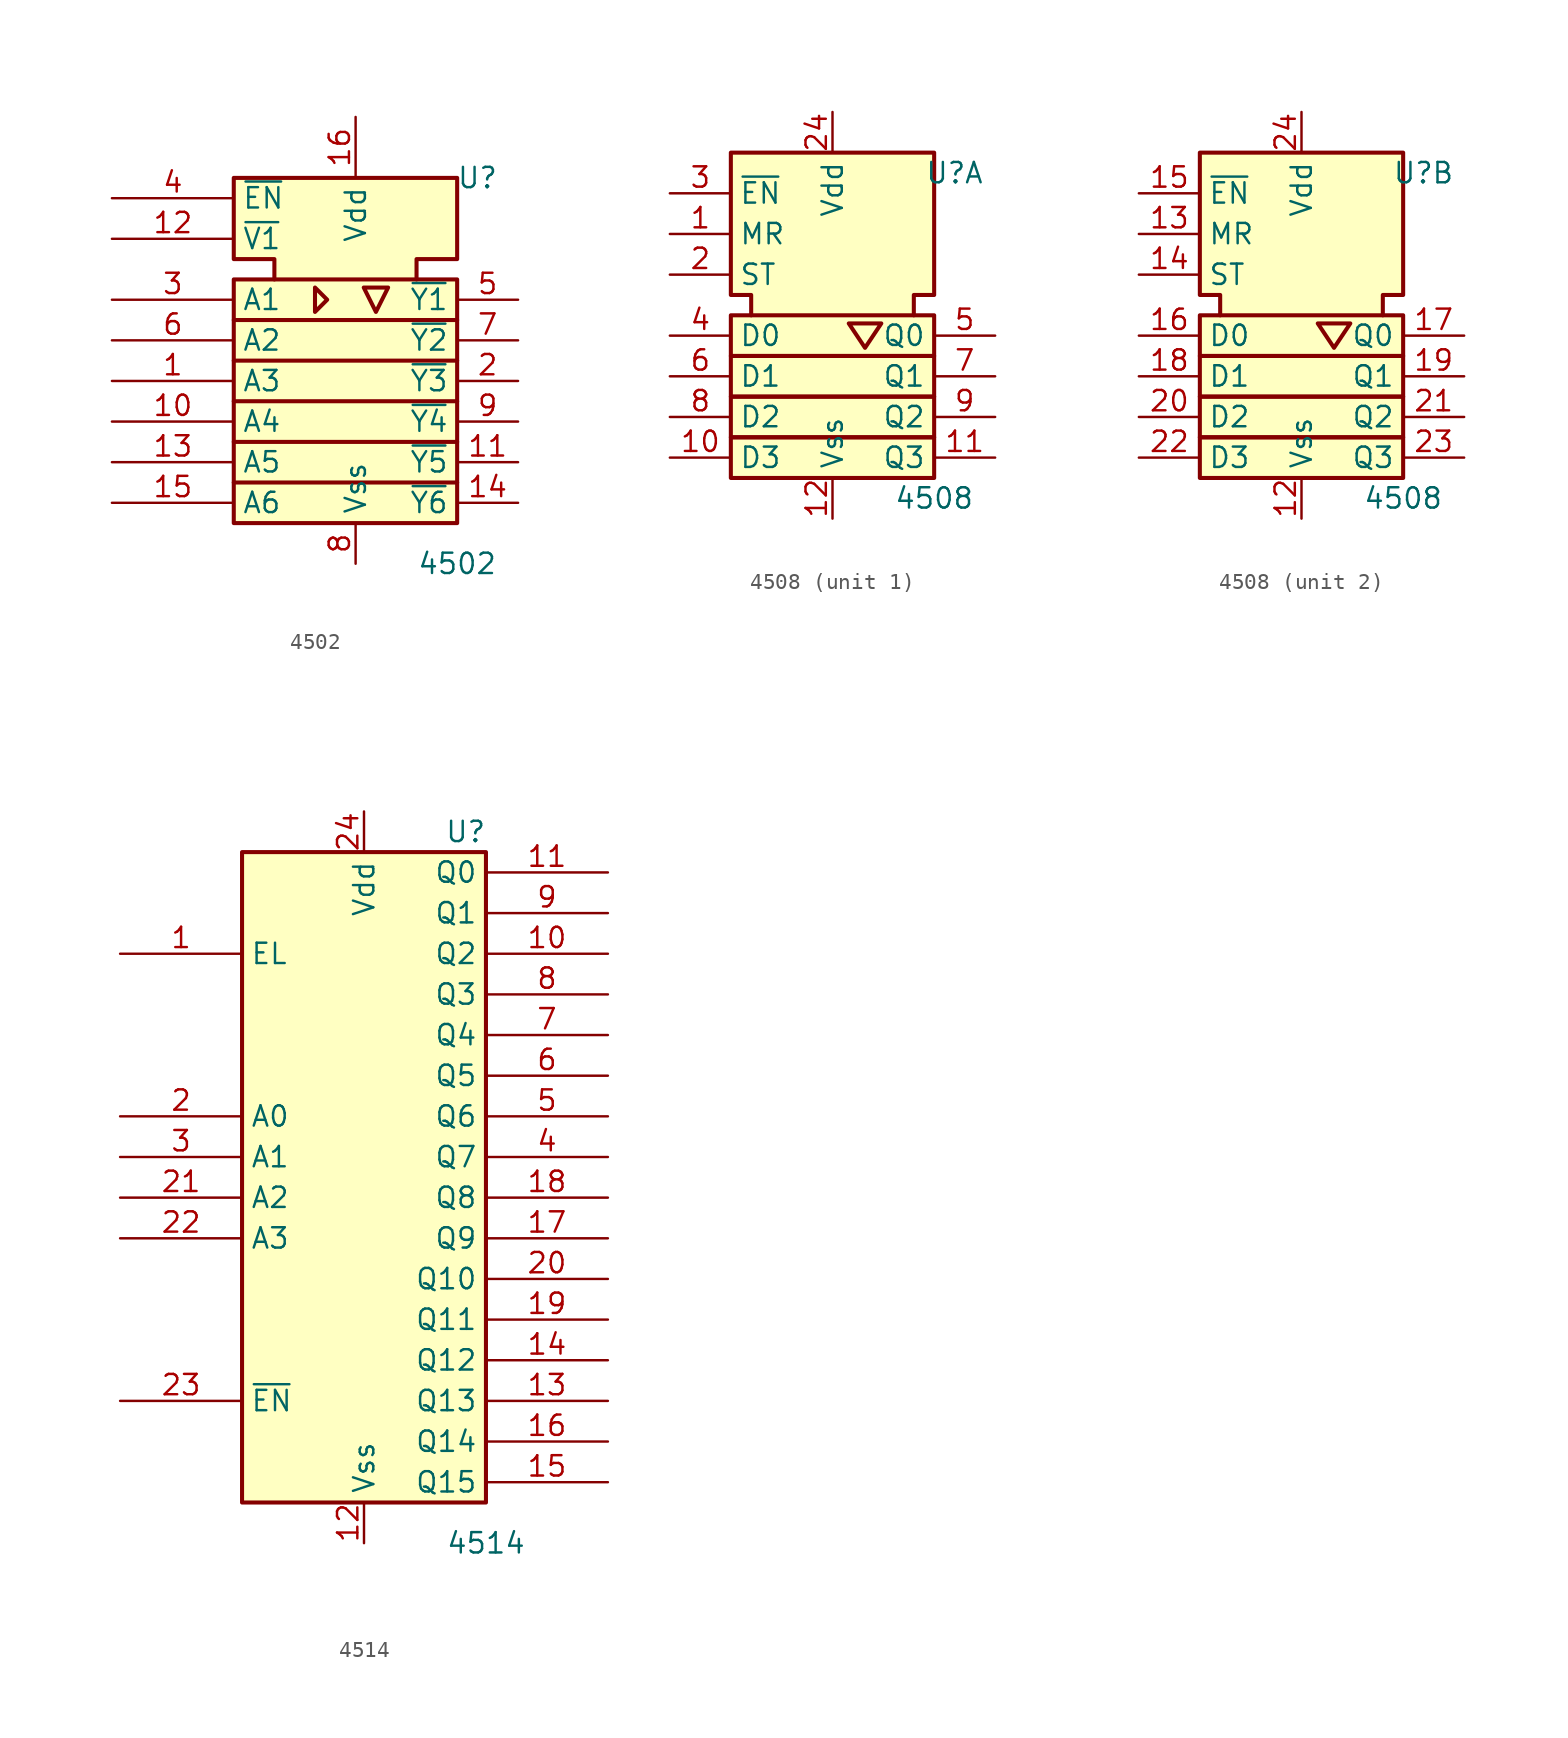
<source format=kicad_sym>
(kicad_symbol_lib
  (version 20220914)
  (generator kicad_symbol_editor)
  (symbol "4502"
    (property "Reference" "U"
      (at 7.62 13.97 0)
      (effects (font (size 1.27 1.27))))
    (property "Value" "4502"
      (at 6.35 -10.16 0)
      (effects (font (size 1.27 1.27))))
    (symbol "4502_0_0"
      (polyline (pts (xy -7.62 -5.08) (xy 6.35 -5.08) (xy 6.35 -5.08)) (stroke (width 0.254) (type default)) (fill (type background)))
      (polyline (pts (xy -7.62 0) (xy 6.35 0) (xy 6.35 0)) (stroke (width 0.254) (type default)) (fill (type background)))
      (polyline (pts (xy -7.62 5.08) (xy 6.35 5.08) (xy 6.35 5.08)) (stroke (width 0.254) (type default)) (fill (type background)))
      (polyline (pts (xy -5.08 7.62) (xy 3.81 7.62) (xy 3.81 7.62)) (stroke (width 0.254) (type default)) (fill (type background)))
      (polyline (pts (xy 6.35 -2.54) (xy -7.62 -2.54) (xy -7.62 -2.54)) (stroke (width 0.254) (type default)) (fill (type background)))
      (polyline (pts (xy 6.35 2.54) (xy -7.62 2.54) (xy -7.62 2.54)) (stroke (width 0.254) (type default)) (fill (type background)))
      (polyline (pts (xy -2.54 7.112) (xy -2.54 5.588) (xy -1.778 6.35) (xy -2.54 7.112) (xy -2.54 7.112)) (stroke (width 0.254) (type default)) (fill (type background)))
      (polyline (pts (xy 0.508 7.112) (xy 2.032 7.112) (xy 1.27 5.588) (xy 0.508 7.112) (xy 0.508 7.112)) (stroke (width 0.254) (type default)) (fill (type background)))
      (polyline (pts (xy -7.62 13.97) (xy -7.62 8.89) (xy -5.08 8.89) (xy -5.08 7.62) (xy -7.62 7.62) (xy -7.62 -7.62) (xy 6.35 -7.62) (xy 6.35 7.62) (xy 3.81 7.62) (xy 3.81 8.89) (xy 6.35 8.89) (xy 6.35 13.97) (xy -7.62 13.97) (xy -7.62 13.97)) (stroke (width 0.254) (type default)) (fill (type background)))
      (pin power_in line (at 0 17.78 270) (length 3.81) (name "Vdd" (effects (font (size 1.27 1.27)))) (number "16" (effects (font (size 1.27 1.27)))))
      (pin power_in line (at 0 -10.16 90) (length 2.54) (name "Vss" (effects (font (size 1.27 1.27)))) (number "8" (effects (font (size 1.27 1.27))))))
    (symbol "4502_1_1"
      (pin input line (at -15.24 1.27 0) (length 7.62) (name "A3" (effects (font (size 1.27 1.27)))) (number "1" (effects (font (size 1.27 1.27)))))
      (pin input line (at -15.24 -1.27 0) (length 7.62) (name "A4" (effects (font (size 1.27 1.27)))) (number "10" (effects (font (size 1.27 1.27)))))
      (pin output line (at 10.16 -3.81 180) (length 3.81) (name "~{Y5}" (effects (font (size 1.27 1.27)))) (number "11" (effects (font (size 1.27 1.27)))))
      (pin input line (at -15.24 10.16 0) (length 7.62) (name "~{V1}" (effects (font (size 1.27 1.27)))) (number "12" (effects (font (size 1.27 1.27)))))
      (pin input line (at -15.24 -3.81 0) (length 7.62) (name "A5" (effects (font (size 1.27 1.27)))) (number "13" (effects (font (size 1.27 1.27)))))
      (pin output line (at 10.16 -6.35 180) (length 3.81) (name "~{Y6}" (effects (font (size 1.27 1.27)))) (number "14" (effects (font (size 1.27 1.27)))))
      (pin input line (at -15.24 -6.35 0) (length 7.62) (name "A6" (effects (font (size 1.27 1.27)))) (number "15" (effects (font (size 1.27 1.27)))))
      (pin output line (at 10.16 1.27 180) (length 3.81) (name "~{Y3}" (effects (font (size 1.27 1.27)))) (number "2" (effects (font (size 1.27 1.27)))))
      (pin input line (at -15.24 6.35 0) (length 7.62) (name "A1" (effects (font (size 1.27 1.27)))) (number "3" (effects (font (size 1.27 1.27)))))
      (pin input line (at -15.24 12.7 0) (length 7.62) (name "~{EN}" (effects (font (size 1.27 1.27)))) (number "4" (effects (font (size 1.27 1.27)))))
      (pin output line (at 10.16 6.35 180) (length 3.81) (name "~{Y1}" (effects (font (size 1.27 1.27)))) (number "5" (effects (font (size 1.27 1.27)))))
      (pin input line (at -15.24 3.81 0) (length 7.62) (name "A2" (effects (font (size 1.27 1.27)))) (number "6" (effects (font (size 1.27 1.27)))))
      (pin output line (at 10.16 3.81 180) (length 3.81) (name "~{Y2}" (effects (font (size 1.27 1.27)))) (number "7" (effects (font (size 1.27 1.27)))))
      (pin output line (at 10.16 -1.27 180) (length 3.81) (name "~{Y4}" (effects (font (size 1.27 1.27)))) (number "9" (effects (font (size 1.27 1.27)))))))
  (symbol "4508"
    (property "Reference" "U"
      (at 7.62 8.89 0)
      (effects (font (size 1.27 1.27))))
    (property "Value" "4508"
      (at 6.35 -11.43 0)
      (effects (font (size 1.27 1.27))))
    (symbol "4508_0_1"
      (rectangle (start -6.35 -7.62) (end 6.35 -10.16) (stroke (width 0.254) (type default)) (fill (type background)))
      (rectangle (start -6.35 -5.08) (end 6.35 -7.62) (stroke (width 0.254) (type default)) (fill (type background)))
      (rectangle (start -6.35 -2.54) (end 6.35 -5.08) (stroke (width 0.254) (type default)) (fill (type background)))
      (rectangle (start -6.35 0) (end 6.35 -2.54) (stroke (width 0.254) (type default)) (fill (type background)))
      (polyline (pts (xy 1.016 -0.508) (xy 2.032 -2.032) (xy 3.048 -0.508) (xy 1.016 -0.508) (xy 1.016 -0.508)) (stroke (width 0.254) (type default)) (fill (type background)))
      (polyline (pts (xy -5.08 0) (xy -5.08 1.27) (xy -6.35 1.27) (xy -6.35 10.16) (xy 6.35 10.16) (xy 6.35 1.27) (xy 5.08 1.27) (xy 5.08 0) (xy 5.08 0)) (stroke (width 0.254) (type default)) (fill (type background)))
      (pin power_in line (at 0 -12.7 90) (length 2.54) (name "Vss" (effects (font (size 1.27 1.27)))) (number "12" (effects (font (size 1.27 1.27)))))
      (pin power_in line (at 0 12.7 270) (length 2.54) (name "Vdd" (effects (font (size 1.27 1.27)))) (number "24" (effects (font (size 1.27 1.27))))))
    (symbol "4508_1_1"
      (pin input line (at -10.16 5.08 0) (length 3.81) (name "MR" (effects (font (size 1.27 1.27)))) (number "1" (effects (font (size 1.27 1.27)))))
      (pin input line (at -10.16 -8.89 0) (length 3.81) (name "D3" (effects (font (size 1.27 1.27)))) (number "10" (effects (font (size 1.27 1.27)))))
      (pin output line (at 10.16 -8.89 180) (length 3.81) (name "Q3" (effects (font (size 1.27 1.27)))) (number "11" (effects (font (size 1.27 1.27)))))
      (pin input line (at -10.16 2.54 0) (length 3.81) (name "ST" (effects (font (size 1.27 1.27)))) (number "2" (effects (font (size 1.27 1.27)))))
      (pin input line (at -10.16 7.62 0) (length 3.81) (name "~{EN}" (effects (font (size 1.27 1.27)))) (number "3" (effects (font (size 1.27 1.27)))))
      (pin input line (at -10.16 -1.27 0) (length 3.81) (name "D0" (effects (font (size 1.27 1.27)))) (number "4" (effects (font (size 1.27 1.27)))))
      (pin output line (at 10.16 -1.27 180) (length 3.81) (name "Q0" (effects (font (size 1.27 1.27)))) (number "5" (effects (font (size 1.27 1.27)))))
      (pin input line (at -10.16 -3.81 0) (length 3.81) (name "D1" (effects (font (size 1.27 1.27)))) (number "6" (effects (font (size 1.27 1.27)))))
      (pin output line (at 10.16 -3.81 180) (length 3.81) (name "Q1" (effects (font (size 1.27 1.27)))) (number "7" (effects (font (size 1.27 1.27)))))
      (pin input line (at -10.16 -6.35 0) (length 3.81) (name "D2" (effects (font (size 1.27 1.27)))) (number "8" (effects (font (size 1.27 1.27)))))
      (pin output line (at 10.16 -6.35 180) (length 3.81) (name "Q2" (effects (font (size 1.27 1.27)))) (number "9" (effects (font (size 1.27 1.27))))))
    (symbol "4508_2_1"
      (pin input line (at -10.16 5.08 0) (length 3.81) (name "MR" (effects (font (size 1.27 1.27)))) (number "13" (effects (font (size 1.27 1.27)))))
      (pin input line (at -10.16 2.54 0) (length 3.81) (name "ST" (effects (font (size 1.27 1.27)))) (number "14" (effects (font (size 1.27 1.27)))))
      (pin input line (at -10.16 7.62 0) (length 3.81) (name "~{EN}" (effects (font (size 1.27 1.27)))) (number "15" (effects (font (size 1.27 1.27)))))
      (pin input line (at -10.16 -1.27 0) (length 3.81) (name "D0" (effects (font (size 1.27 1.27)))) (number "16" (effects (font (size 1.27 1.27)))))
      (pin output line (at 10.16 -1.27 180) (length 3.81) (name "Q0" (effects (font (size 1.27 1.27)))) (number "17" (effects (font (size 1.27 1.27)))))
      (pin input line (at -10.16 -3.81 0) (length 3.81) (name "D1" (effects (font (size 1.27 1.27)))) (number "18" (effects (font (size 1.27 1.27)))))
      (pin output line (at 10.16 -3.81 180) (length 3.81) (name "Q1" (effects (font (size 1.27 1.27)))) (number "19" (effects (font (size 1.27 1.27)))))
      (pin input line (at -10.16 -6.35 0) (length 3.81) (name "D2" (effects (font (size 1.27 1.27)))) (number "20" (effects (font (size 1.27 1.27)))))
      (pin output line (at 10.16 -6.35 180) (length 3.81) (name "Q2" (effects (font (size 1.27 1.27)))) (number "21" (effects (font (size 1.27 1.27)))))
      (pin input line (at -10.16 -8.89 0) (length 3.81) (name "D3" (effects (font (size 1.27 1.27)))) (number "22" (effects (font (size 1.27 1.27)))))
      (pin output line (at 10.16 -8.89 180) (length 3.81) (name "Q3" (effects (font (size 1.27 1.27)))) (number "23" (effects (font (size 1.27 1.27)))))))
  (symbol "4514"
    (property "Reference" "U"
      (at 6.35 21.59 0)
      (effects (font (size 1.27 1.27))))
    (property "Value" "4514"
      (at 7.62 -22.86 0)
      (effects (font (size 1.27 1.27))))
    (symbol "4514_0_1"
      (rectangle (start 7.62 20.32) (end -7.62 -20.32) (stroke (width 0.254) (type default)) (fill (type background))))
    (symbol "4514_1_1"
      (pin input line (at -15.24 13.97 0) (length 7.62) (name "EL" (effects (font (size 1.27 1.27)))) (number "1" (effects (font (size 1.27 1.27)))))
      (pin output line (at 15.24 13.97 180) (length 7.62) (name "Q2" (effects (font (size 1.27 1.27)))) (number "10" (effects (font (size 1.27 1.27)))))
      (pin output line (at 15.24 19.05 180) (length 7.62) (name "Q0" (effects (font (size 1.27 1.27)))) (number "11" (effects (font (size 1.27 1.27)))))
      (pin power_in line (at 0 -22.86 90) (length 2.54) (name "Vss" (effects (font (size 1.27 1.27)))) (number "12" (effects (font (size 1.27 1.27)))))
      (pin output line (at 15.24 -13.97 180) (length 7.62) (name "Q13" (effects (font (size 1.27 1.27)))) (number "13" (effects (font (size 1.27 1.27)))))
      (pin output line (at 15.24 -11.43 180) (length 7.62) (name "Q12" (effects (font (size 1.27 1.27)))) (number "14" (effects (font (size 1.27 1.27)))))
      (pin output line (at 15.24 -19.05 180) (length 7.62) (name "Q15" (effects (font (size 1.27 1.27)))) (number "15" (effects (font (size 1.27 1.27)))))
      (pin output line (at 15.24 -16.51 180) (length 7.62) (name "Q14" (effects (font (size 1.27 1.27)))) (number "16" (effects (font (size 1.27 1.27)))))
      (pin output line (at 15.24 -3.81 180) (length 7.62) (name "Q9" (effects (font (size 1.27 1.27)))) (number "17" (effects (font (size 1.27 1.27)))))
      (pin output line (at 15.24 -1.27 180) (length 7.62) (name "Q8" (effects (font (size 1.27 1.27)))) (number "18" (effects (font (size 1.27 1.27)))))
      (pin output line (at 15.24 -8.89 180) (length 7.62) (name "Q11" (effects (font (size 1.27 1.27)))) (number "19" (effects (font (size 1.27 1.27)))))
      (pin input line (at -15.24 3.81 0) (length 7.62) (name "A0" (effects (font (size 1.27 1.27)))) (number "2" (effects (font (size 1.27 1.27)))))
      (pin output line (at 15.24 -6.35 180) (length 7.62) (name "Q10" (effects (font (size 1.27 1.27)))) (number "20" (effects (font (size 1.27 1.27)))))
      (pin input line (at -15.24 -1.27 0) (length 7.62) (name "A2" (effects (font (size 1.27 1.27)))) (number "21" (effects (font (size 1.27 1.27)))))
      (pin input line (at -15.24 -3.81 0) (length 7.62) (name "A3" (effects (font (size 1.27 1.27)))) (number "22" (effects (font (size 1.27 1.27)))))
      (pin input line (at -15.24 -13.97 0) (length 7.62) (name "~{EN}" (effects (font (size 1.27 1.27)))) (number "23" (effects (font (size 1.27 1.27)))))
      (pin power_in line (at 0 22.86 270) (length 2.54) (name "Vdd" (effects (font (size 1.27 1.27)))) (number "24" (effects (font (size 1.27 1.27)))))
      (pin input line (at -15.24 1.27 0) (length 7.62) (name "A1" (effects (font (size 1.27 1.27)))) (number "3" (effects (font (size 1.27 1.27)))))
      (pin output line (at 15.24 1.27 180) (length 7.62) (name "Q7" (effects (font (size 1.27 1.27)))) (number "4" (effects (font (size 1.27 1.27)))))
      (pin output line (at 15.24 3.81 180) (length 7.62) (name "Q6" (effects (font (size 1.27 1.27)))) (number "5" (effects (font (size 1.27 1.27)))))
      (pin output line (at 15.24 6.35 180) (length 7.62) (name "Q5" (effects (font (size 1.27 1.27)))) (number "6" (effects (font (size 1.27 1.27)))))
      (pin output line (at 15.24 8.89 180) (length 7.62) (name "Q4" (effects (font (size 1.27 1.27)))) (number "7" (effects (font (size 1.27 1.27)))))
      (pin output line (at 15.24 11.43 180) (length 7.62) (name "Q3" (effects (font (size 1.27 1.27)))) (number "8" (effects (font (size 1.27 1.27)))))
      (pin output line (at 15.24 16.51 180) (length 7.62) (name "Q1" (effects (font (size 1.27 1.27)))) (number "9" (effects (font (size 1.27 1.27))))))))
</source>
